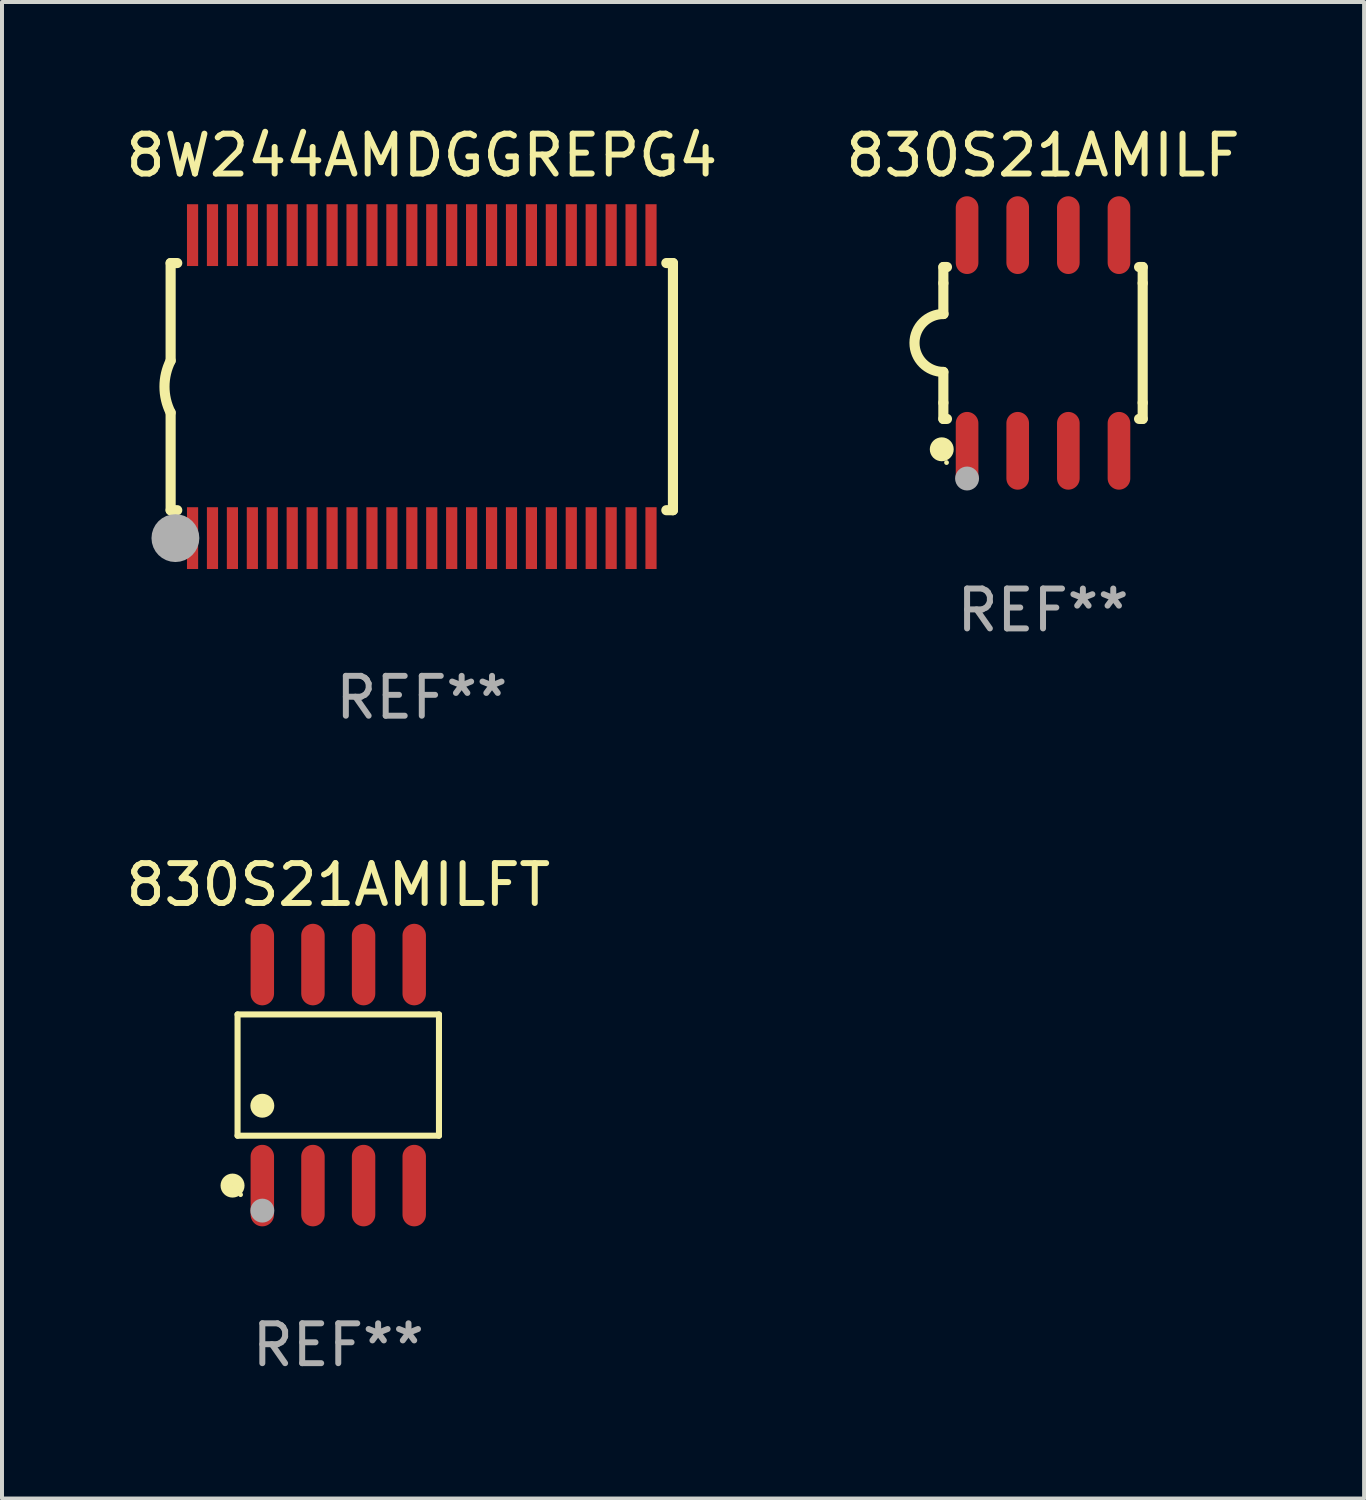
<source format=kicad_pcb>
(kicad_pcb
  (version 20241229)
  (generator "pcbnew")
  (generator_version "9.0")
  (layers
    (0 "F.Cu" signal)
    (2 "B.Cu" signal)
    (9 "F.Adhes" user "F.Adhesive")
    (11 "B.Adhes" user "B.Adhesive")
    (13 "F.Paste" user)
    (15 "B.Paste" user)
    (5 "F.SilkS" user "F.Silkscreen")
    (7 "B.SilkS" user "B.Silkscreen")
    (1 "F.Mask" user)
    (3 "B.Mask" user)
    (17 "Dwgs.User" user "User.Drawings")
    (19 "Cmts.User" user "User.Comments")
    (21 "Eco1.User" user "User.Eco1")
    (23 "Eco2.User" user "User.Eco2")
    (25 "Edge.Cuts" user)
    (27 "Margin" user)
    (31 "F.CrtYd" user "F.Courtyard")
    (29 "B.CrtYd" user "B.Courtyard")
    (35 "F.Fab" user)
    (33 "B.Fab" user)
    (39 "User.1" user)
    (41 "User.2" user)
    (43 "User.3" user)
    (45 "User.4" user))
  (footprint "830S21AMILF"
    (layer "F.Cu")
    (at 23.113 5.553)
    (property "Reference" "830S21AMILF" (at 0 -4.705 0) (layer "F.SilkS") (effects (font (size 1 1) (thickness 0.15))))
    (attr through_hole)
    (fp_line (start -2.5 -1.905) (end -2.409 -1.905) (stroke (width 0.254) (type solid)) (layer "F.SilkS"))
    (fp_line (start -2.5 -1.5) (end -2.5 -1.905) (stroke (width 0.254) (type solid)) (layer "F.SilkS"))
    (fp_line (start -2.5 -1.5) (end -2.5 -0.726) (stroke (width 0.254) (type solid)) (layer "F.SilkS"))
    (fp_line (start -2.5 1.5) (end -2.5 0.727) (stroke (width 0.254) (type solid)) (layer "F.SilkS"))
    (fp_line (start -2.5 1.5) (end -2.5 1.905) (stroke (width 0.254) (type solid)) (layer "F.SilkS"))
    (fp_line (start -2.5 1.905) (end -2.409 1.905) (stroke (width 0.254) (type solid)) (layer "F.SilkS"))
    (fp_line (start 2.5 -1.905) (end 2.409 -1.905) (stroke (width 0.254) (type solid)) (layer "F.SilkS"))
    (fp_line (start 2.5 -1.5) (end 2.5 -1.905) (stroke (width 0.254) (type solid)) (layer "F.SilkS"))
    (fp_line (start 2.5 -1.5) (end 2.5 1.5) (stroke (width 0.254) (type solid)) (layer "F.SilkS"))
    (fp_line (start 2.5 1.5) (end 2.5 1.905) (stroke (width 0.254) (type solid)) (layer "F.SilkS"))
    (fp_line (start 2.5 1.905) (end 2.409 1.905) (stroke (width 0.254) (type solid)) (layer "F.SilkS"))
    (fp_arc (start -2.5 0.726568) (mid -3.220316 -0.0023) (end -2.495097 -0.726289) (stroke (width 0.254001) (type solid)) (layer "F.SilkS"))
    (fp_circle (center -2.54 2.667) (end -2.39 2.667) (stroke (width 0.3) (type solid)) (fill no) (layer "F.SilkS"))
    (fp_circle (center -2.42 3) (end -2.39 3) (stroke (width 0.06) (type solid)) (fill no) (layer "F.SilkS"))
    (fp_circle (center -1.905 3.4) (end -1.755 3.4) (stroke (width 0.3) (type solid)) (fill no) (layer "F.Fab"))
    (fp_text user "REF**" (at 0 6.705 0) (layer "F.Fab") (effects (font (size 1 1) (thickness 0.15))))
    (pad "1" smd oval (at -1.905 2.705) (size 0.568 1.95) (layers "F.Cu" "F.Mask" "F.Paste"))
    (pad "2" smd oval (at -0.635 2.705) (size 0.568 1.95) (layers "F.Cu" "F.Mask" "F.Paste"))
    (pad "3" smd oval (at 0.635 2.705) (size 0.568 1.95) (layers "F.Cu" "F.Mask" "F.Paste"))
    (pad "4" smd oval (at 1.905 2.705) (size 0.568 1.95) (layers "F.Cu" "F.Mask" "F.Paste"))
    (pad "5" smd oval (at 1.905 -2.705) (size 0.568 1.95) (layers "F.Cu" "F.Mask" "F.Paste"))
    (pad "6" smd oval (at 0.635 -2.705) (size 0.568 1.95) (layers "F.Cu" "F.Mask" "F.Paste"))
    (pad "7" smd oval (at -0.635 -2.705) (size 0.568 1.95) (layers "F.Cu" "F.Mask" "F.Paste"))
    (pad "8" smd oval (at -1.905 -2.705) (size 0.568 1.95) (layers "F.Cu" "F.Mask" "F.Paste")))
  (footprint "8W244AMDGGREPG4"
    (layer "F.Cu")
    (at 7.53 6.648)
    (property "Reference" "8W244AMDGGREPG4" (at 0 -5.8 0) (layer "F.SilkS") (effects (font (size 1 1) (thickness 0.15))))
    (attr through_hole)
    (fp_line (start -6.3 -3.1) (end -6.3 -0.65) (stroke (width 0.254) (type solid)) (layer "F.SilkS"))
    (fp_line (start -6.3 -3.1) (end -6.134 -3.1) (stroke (width 0.254) (type solid)) (layer "F.SilkS"))
    (fp_line (start -6.3 3.1) (end -6.3 0.65) (stroke (width 0.254) (type solid)) (layer "F.SilkS"))
    (fp_line (start -6.3 3.1) (end -6.134 3.1) (stroke (width 0.254) (type solid)) (layer "F.SilkS"))
    (fp_line (start 6.134 -3.1) (end 6.3 -3.1) (stroke (width 0.254) (type solid)) (layer "F.SilkS"))
    (fp_line (start 6.134 3.1) (end 6.3 3.1) (stroke (width 0.254) (type solid)) (layer "F.SilkS"))
    (fp_line (start 6.3 -3.1) (end 6.3 3.1) (stroke (width 0.254) (type solid)) (layer "F.SilkS"))
    (fp_arc (start -6.301016 0.650114) (mid -6.45413 -0.000082) (end -6.3 -0.650038) (stroke (width 0.254001) (type solid)) (layer "F.SilkS"))
    (fp_circle (center -6.35 3.81) (end -6.223 3.81) (stroke (width 0.254) (type solid)) (fill no) (layer "F.SilkS"))
    (fp_circle (center -6.25 4.05) (end -6.22 4.05) (stroke (width 0.06) (type solid)) (fill no) (layer "F.SilkS"))
    (fp_circle (center -6.18 3.8) (end -5.88 3.8) (stroke (width 0.6) (type solid)) (fill no) (layer "F.Fab"))
    (fp_text user "REF**" (at 0 7.8 0) (layer "F.Fab") (effects (font (size 1 1) (thickness 0.15))))
    (pad "1" smd rect (at -5.75 3.8) (size 0.28 1.55) (layers "F.Cu" "F.Mask" "F.Paste"))
    (pad "2" smd rect (at -5.25 3.8) (size 0.28 1.55) (layers "F.Cu" "F.Mask" "F.Paste"))
    (pad "3" smd rect (at -4.75 3.8) (size 0.28 1.55) (layers "F.Cu" "F.Mask" "F.Paste"))
    (pad "4" smd rect (at -4.25 3.8) (size 0.28 1.55) (layers "F.Cu" "F.Mask" "F.Paste"))
    (pad "5" smd rect (at -3.75 3.8) (size 0.28 1.55) (layers "F.Cu" "F.Mask" "F.Paste"))
    (pad "6" smd rect (at -3.25 3.8) (size 0.28 1.55) (layers "F.Cu" "F.Mask" "F.Paste"))
    (pad "7" smd rect (at -2.75 3.8) (size 0.28 1.55) (layers "F.Cu" "F.Mask" "F.Paste"))
    (pad "8" smd rect (at -2.25 3.8) (size 0.28 1.55) (layers "F.Cu" "F.Mask" "F.Paste"))
    (pad "9" smd rect (at -1.75 3.8) (size 0.28 1.55) (layers "F.Cu" "F.Mask" "F.Paste"))
    (pad "10" smd rect (at -1.25 3.8) (size 0.28 1.55) (layers "F.Cu" "F.Mask" "F.Paste"))
    (pad "11" smd rect (at -0.75 3.8) (size 0.28 1.55) (layers "F.Cu" "F.Mask" "F.Paste"))
    (pad "12" smd rect (at -0.25 3.8) (size 0.28 1.55) (layers "F.Cu" "F.Mask" "F.Paste"))
    (pad "13" smd rect (at 0.25 3.8) (size 0.28 1.55) (layers "F.Cu" "F.Mask" "F.Paste"))
    (pad "14" smd rect (at 0.75 3.8) (size 0.28 1.55) (layers "F.Cu" "F.Mask" "F.Paste"))
    (pad "15" smd rect (at 1.25 3.8) (size 0.28 1.55) (layers "F.Cu" "F.Mask" "F.Paste"))
    (pad "16" smd rect (at 1.75 3.8) (size 0.28 1.55) (layers "F.Cu" "F.Mask" "F.Paste"))
    (pad "17" smd rect (at 2.25 3.8) (size 0.28 1.55) (layers "F.Cu" "F.Mask" "F.Paste"))
    (pad "18" smd rect (at 2.75 3.8) (size 0.28 1.55) (layers "F.Cu" "F.Mask" "F.Paste"))
    (pad "19" smd rect (at 3.25 3.8) (size 0.28 1.55) (layers "F.Cu" "F.Mask" "F.Paste"))
    (pad "20" smd rect (at 3.75 3.8) (size 0.28 1.55) (layers "F.Cu" "F.Mask" "F.Paste"))
    (pad "21" smd rect (at 4.25 3.8) (size 0.28 1.55) (layers "F.Cu" "F.Mask" "F.Paste"))
    (pad "22" smd rect (at 4.75 3.8) (size 0.28 1.55) (layers "F.Cu" "F.Mask" "F.Paste"))
    (pad "23" smd rect (at 5.25 3.8) (size 0.28 1.55) (layers "F.Cu" "F.Mask" "F.Paste"))
    (pad "24" smd rect (at 5.75 3.8) (size 0.28 1.55) (layers "F.Cu" "F.Mask" "F.Paste"))
    (pad "25" smd rect (at 5.75 -3.8) (size 0.28 1.55) (layers "F.Cu" "F.Mask" "F.Paste"))
    (pad "26" smd rect (at 5.25 -3.8) (size 0.28 1.55) (layers "F.Cu" "F.Mask" "F.Paste"))
    (pad "27" smd rect (at 4.75 -3.8) (size 0.28 1.55) (layers "F.Cu" "F.Mask" "F.Paste"))
    (pad "28" smd rect (at 4.25 -3.8) (size 0.28 1.55) (layers "F.Cu" "F.Mask" "F.Paste"))
    (pad "29" smd rect (at 3.75 -3.8) (size 0.28 1.55) (layers "F.Cu" "F.Mask" "F.Paste"))
    (pad "30" smd rect (at 3.25 -3.8) (size 0.28 1.55) (layers "F.Cu" "F.Mask" "F.Paste"))
    (pad "31" smd rect (at 2.75 -3.8) (size 0.28 1.55) (layers "F.Cu" "F.Mask" "F.Paste"))
    (pad "32" smd rect (at 2.25 -3.8) (size 0.28 1.55) (layers "F.Cu" "F.Mask" "F.Paste"))
    (pad "33" smd rect (at 1.75 -3.8) (size 0.28 1.55) (layers "F.Cu" "F.Mask" "F.Paste"))
    (pad "34" smd rect (at 1.25 -3.8) (size 0.28 1.55) (layers "F.Cu" "F.Mask" "F.Paste"))
    (pad "35" smd rect (at 0.75 -3.8) (size 0.28 1.55) (layers "F.Cu" "F.Mask" "F.Paste"))
    (pad "36" smd rect (at 0.25 -3.8) (size 0.28 1.55) (layers "F.Cu" "F.Mask" "F.Paste"))
    (pad "37" smd rect (at -0.25 -3.8) (size 0.28 1.55) (layers "F.Cu" "F.Mask" "F.Paste"))
    (pad "38" smd rect (at -0.75 -3.8) (size 0.28 1.55) (layers "F.Cu" "F.Mask" "F.Paste"))
    (pad "39" smd rect (at -1.25 -3.8) (size 0.28 1.55) (layers "F.Cu" "F.Mask" "F.Paste"))
    (pad "40" smd rect (at -1.75 -3.8) (size 0.28 1.55) (layers "F.Cu" "F.Mask" "F.Paste"))
    (pad "41" smd rect (at -2.25 -3.8) (size 0.28 1.55) (layers "F.Cu" "F.Mask" "F.Paste"))
    (pad "42" smd rect (at -2.75 -3.8) (size 0.28 1.55) (layers "F.Cu" "F.Mask" "F.Paste"))
    (pad "43" smd rect (at -3.25 -3.8) (size 0.28 1.55) (layers "F.Cu" "F.Mask" "F.Paste"))
    (pad "44" smd rect (at -3.75 -3.8) (size 0.28 1.55) (layers "F.Cu" "F.Mask" "F.Paste"))
    (pad "45" smd rect (at -4.25 -3.8) (size 0.28 1.55) (layers "F.Cu" "F.Mask" "F.Paste"))
    (pad "46" smd rect (at -4.75 -3.8) (size 0.28 1.55) (layers "F.Cu" "F.Mask" "F.Paste"))
    (pad "47" smd rect (at -5.25 -3.8) (size 0.28 1.55) (layers "F.Cu" "F.Mask" "F.Paste"))
    (pad "48" smd rect (at -5.75 -3.8) (size 0.28 1.55) (layers "F.Cu" "F.Mask" "F.Paste")))
  (footprint "830S21AMILFT"
    (layer "F.Cu")
    (at 5.435 23.917)
    (property "Reference" "830S21AMILFT" (at 0 -4.772 0) (layer "F.SilkS") (effects (font (size 1 1) (thickness 0.15))))
    (attr through_hole)
    (fp_line (start -2.526 -1.521) (end 2.526 -1.521) (stroke (width 0.152) (type solid)) (layer "F.SilkS"))
    (fp_line (start -2.526 1.521) (end -2.526 -1.521) (stroke (width 0.152) (type solid)) (layer "F.SilkS"))
    (fp_line (start 2.526 -1.521) (end 2.526 1.521) (stroke (width 0.152) (type solid)) (layer "F.SilkS"))
    (fp_line (start 2.526 1.521) (end -2.526 1.521) (stroke (width 0.152) (type solid)) (layer "F.SilkS"))
    (fp_circle (center -2.652 2.772) (end -2.501 2.772) (stroke (width 0.3) (type solid)) (fill no) (layer "F.SilkS"))
    (fp_circle (center -2.45 3) (end -2.42 3) (stroke (width 0.06) (type solid)) (fill no) (layer "F.SilkS"))
    (fp_circle (center -1.905 0.769) (end -1.755 0.769) (stroke (width 0.3) (type solid)) (fill no) (layer "F.SilkS"))
    (fp_circle (center -1.905 3.4) (end -1.755 3.4) (stroke (width 0.3) (type solid)) (fill no) (layer "F.Fab"))
    (fp_text user "REF**" (at 0 6.772 0) (layer "F.Fab") (effects (font (size 1 1) (thickness 0.15))))
    (pad "1" smd oval (at -1.905 2.772) (size 0.588 2.045) (layers "F.Cu" "F.Mask" "F.Paste"))
    (pad "2" smd oval (at -0.635 2.772) (size 0.588 2.045) (layers "F.Cu" "F.Mask" "F.Paste"))
    (pad "3" smd oval (at 0.635 2.772) (size 0.588 2.045) (layers "F.Cu" "F.Mask" "F.Paste"))
    (pad "4" smd oval (at 1.905 2.772) (size 0.588 2.045) (layers "F.Cu" "F.Mask" "F.Paste"))
    (pad "5" smd oval (at 1.905 -2.772) (size 0.588 2.045) (layers "F.Cu" "F.Mask" "F.Paste"))
    (pad "6" smd oval (at 0.635 -2.772) (size 0.588 2.045) (layers "F.Cu" "F.Mask" "F.Paste"))
    (pad "7" smd oval (at -0.635 -2.772) (size 0.588 2.045) (layers "F.Cu" "F.Mask" "F.Paste"))
    (pad "8" smd oval (at -1.905 -2.772) (size 0.588 2.045) (layers "F.Cu" "F.Mask" "F.Paste")))
  (gr_rect
    (start -3 -3)
    (end 31.167 34.538)
    (stroke (width 0.1) (type default))
    (fill no)
    (layer "Edge.Cuts")))
</source>
